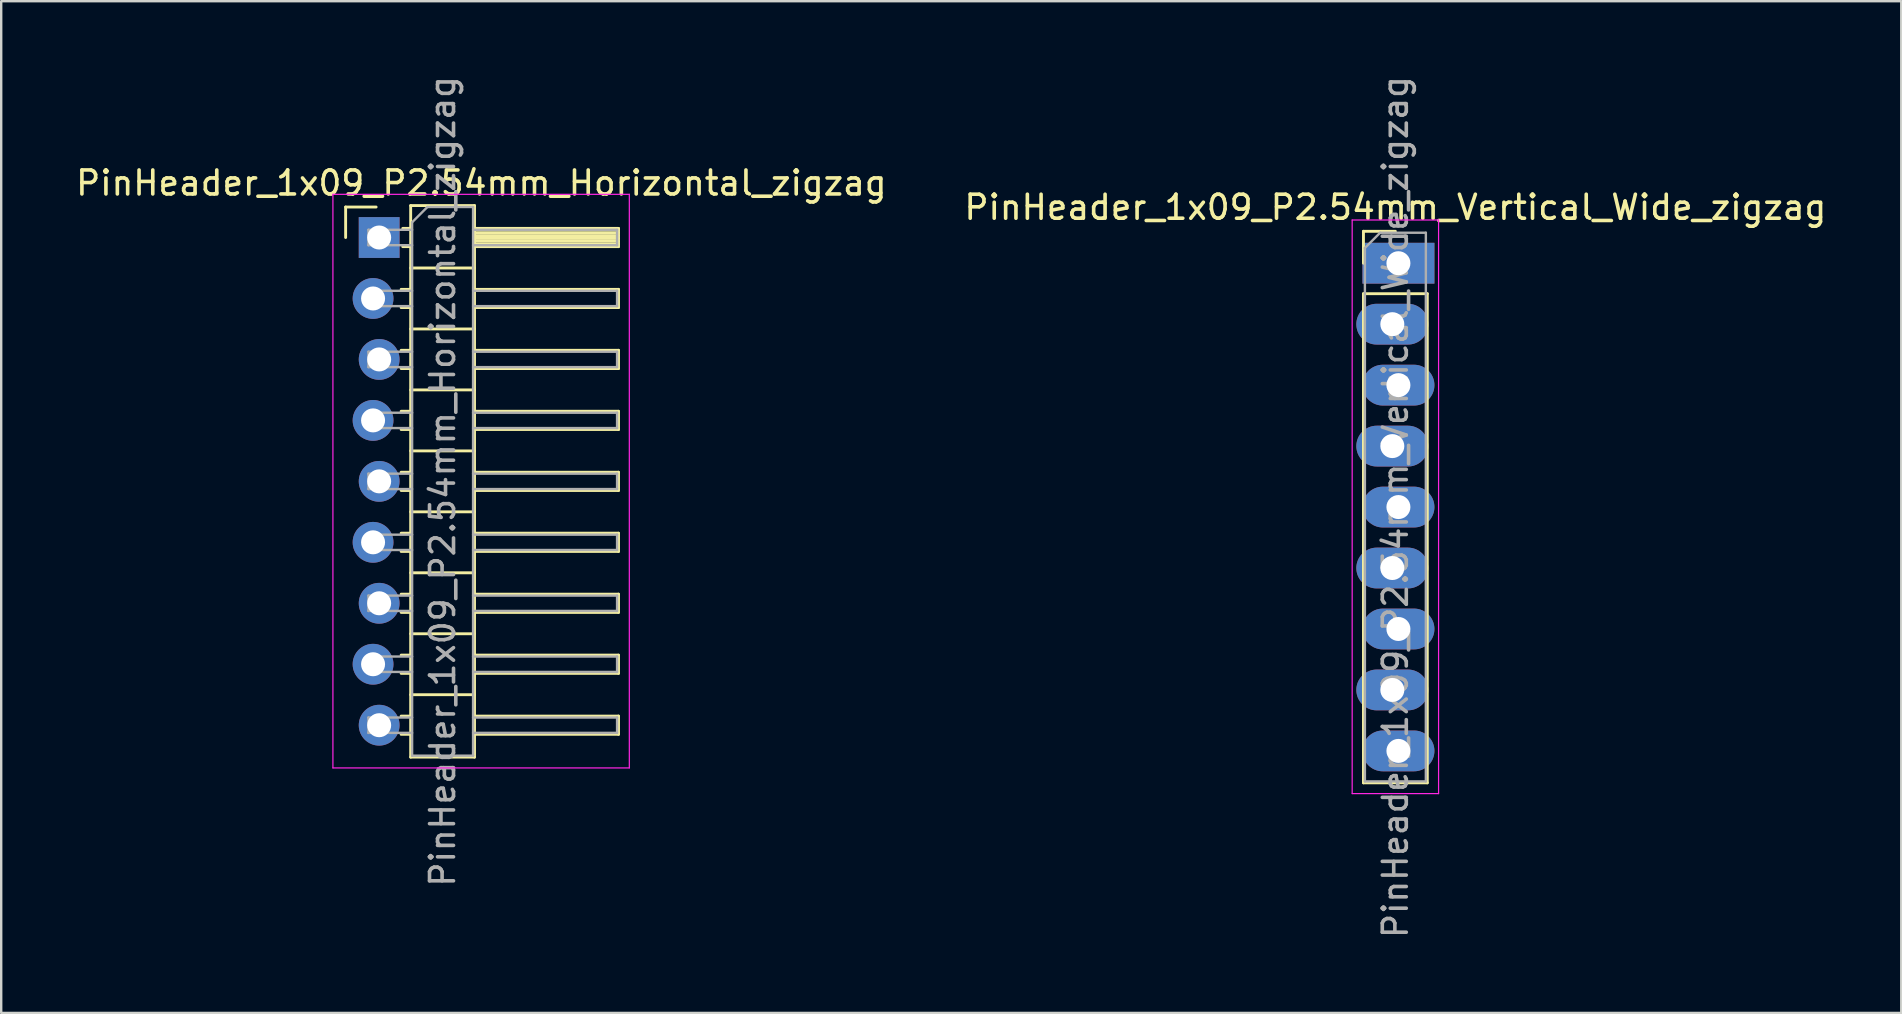
<source format=kicad_pcb>
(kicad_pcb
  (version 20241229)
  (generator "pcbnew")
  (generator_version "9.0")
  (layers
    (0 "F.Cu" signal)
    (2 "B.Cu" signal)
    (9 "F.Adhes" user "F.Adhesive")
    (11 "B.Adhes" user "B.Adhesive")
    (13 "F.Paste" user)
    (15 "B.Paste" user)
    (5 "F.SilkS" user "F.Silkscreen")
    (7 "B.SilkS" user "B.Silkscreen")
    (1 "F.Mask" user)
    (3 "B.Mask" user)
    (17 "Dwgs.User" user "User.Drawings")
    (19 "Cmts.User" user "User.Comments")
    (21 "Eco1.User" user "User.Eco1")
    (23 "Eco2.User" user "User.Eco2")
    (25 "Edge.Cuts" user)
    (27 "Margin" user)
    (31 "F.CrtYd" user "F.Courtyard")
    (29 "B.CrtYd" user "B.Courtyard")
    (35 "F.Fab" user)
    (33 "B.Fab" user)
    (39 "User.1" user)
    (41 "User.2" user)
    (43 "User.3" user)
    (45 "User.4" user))
  (footprint "PinHeader_1x09_P2.54mm_Vertical_Wide_zigzag"
    (layer "F.Cu")
    (at 55.089 7.917)
    (property "Reference" "PinHeader_1x09_P2.54mm_Vertical_Wide_zigzag" (at 0 -2.33 0) (layer "F.SilkS") (effects (font (size 1 1) (thickness 0.15))))
    (attr through_hole)
    (fp_line (start -1.33 -1.33) (end 0 -1.33) (stroke (width 0.12) (type solid)) (layer "F.SilkS"))
    (fp_line (start -1.33 0) (end -1.33 -1.33) (stroke (width 0.12) (type solid)) (layer "F.SilkS"))
    (fp_line (start -1.33 1.27) (end -1.33 21.65) (stroke (width 0.12) (type solid)) (layer "F.SilkS"))
    (fp_line (start -1.33 1.27) (end 1.33 1.27) (stroke (width 0.12) (type solid)) (layer "F.SilkS"))
    (fp_line (start -1.33 21.65) (end 1.33 21.65) (stroke (width 0.12) (type solid)) (layer "F.SilkS"))
    (fp_line (start 1.33 1.27) (end 1.33 21.65) (stroke (width 0.12) (type solid)) (layer "F.SilkS"))
    (fp_line (start -1.8 -1.8) (end -1.8 22.1) (stroke (width 0.05) (type solid)) (layer "F.CrtYd"))
    (fp_line (start -1.8 22.1) (end 1.8 22.1) (stroke (width 0.05) (type solid)) (layer "F.CrtYd"))
    (fp_line (start 1.8 -1.8) (end -1.8 -1.8) (stroke (width 0.05) (type solid)) (layer "F.CrtYd"))
    (fp_line (start 1.8 22.1) (end 1.8 -1.8) (stroke (width 0.05) (type solid)) (layer "F.CrtYd"))
    (fp_line (start -1.27 -0.635) (end -0.635 -1.27) (stroke (width 0.1) (type solid)) (layer "F.Fab"))
    (fp_line (start -1.27 21.59) (end -1.27 -0.635) (stroke (width 0.1) (type solid)) (layer "F.Fab"))
    (fp_line (start -0.635 -1.27) (end 1.27 -1.27) (stroke (width 0.1) (type solid)) (layer "F.Fab"))
    (fp_line (start 1.27 -1.27) (end 1.27 21.59) (stroke (width 0.1) (type solid)) (layer "F.Fab"))
    (fp_line (start 1.27 21.59) (end -1.27 21.59) (stroke (width 0.1) (type solid)) (layer "F.Fab"))
    (fp_text user "${REFERENCE}" (at 0 10.16 90) (layer "F.Fab") (effects (font (size 1 1) (thickness 0.15))))
    (pad "1" thru_hole rect (at 0.127 0) (size 3 1.7) (drill 1) (layers "*.Cu" "*.Mask"))
    (pad "2" thru_hole oval (at -0.127 2.54) (size 3 1.7) (drill 1) (layers "*.Cu" "*.Mask"))
    (pad "3" thru_hole oval (at 0.127 5.08) (size 3 1.7) (drill 1) (layers "*.Cu" "*.Mask"))
    (pad "4" thru_hole oval (at -0.127 7.62) (size 3 1.7) (drill 1) (layers "*.Cu" "*.Mask"))
    (pad "5" thru_hole oval (at 0.127 10.16) (size 3 1.7) (drill 1) (layers "*.Cu" "*.Mask"))
    (pad "6" thru_hole oval (at -0.127 12.7) (size 3 1.7) (drill 1) (layers "*.Cu" "*.Mask"))
    (pad "7" thru_hole oval (at 0.127 15.24) (size 3 1.7) (drill 1) (layers "*.Cu" "*.Mask"))
    (pad "8" thru_hole oval (at -0.127 17.78) (size 3 1.7) (drill 1) (layers "*.Cu" "*.Mask"))
    (pad "9" thru_hole oval (at 0.127 20.32) (size 3 1.7) (drill 1) (layers "*.Cu" "*.Mask")))
  (footprint "PinHeader_1x09_P2.54mm_Horizontal_zigzag"
    (layer "F.Cu")
    (at 12.621 6.846)
    (property "Reference" "PinHeader_1x09_P2.54mm_Horizontal_zigzag" (at 4.385 -2.27 0) (layer "F.SilkS") (effects (font (size 1 1) (thickness 0.15))))
    (attr through_hole)
    (fp_line (start -1.27 -1.27) (end 0 -1.27) (stroke (width 0.12) (type solid)) (layer "F.SilkS"))
    (fp_line (start -1.27 0) (end -1.27 -1.27) (stroke (width 0.12) (type solid)) (layer "F.SilkS"))
    (fp_line (start 1.043 2.16) (end 1.44 2.16) (stroke (width 0.12) (type solid)) (layer "F.SilkS"))
    (fp_line (start 1.043 2.92) (end 1.44 2.92) (stroke (width 0.12) (type solid)) (layer "F.SilkS"))
    (fp_line (start 1.043 4.7) (end 1.44 4.7) (stroke (width 0.12) (type solid)) (layer "F.SilkS"))
    (fp_line (start 1.043 5.46) (end 1.44 5.46) (stroke (width 0.12) (type solid)) (layer "F.SilkS"))
    (fp_line (start 1.043 7.24) (end 1.44 7.24) (stroke (width 0.12) (type solid)) (layer "F.SilkS"))
    (fp_line (start 1.043 8) (end 1.44 8) (stroke (width 0.12) (type solid)) (layer "F.SilkS"))
    (fp_line (start 1.043 9.78) (end 1.44 9.78) (stroke (width 0.12) (type solid)) (layer "F.SilkS"))
    (fp_line (start 1.043 10.54) (end 1.44 10.54) (stroke (width 0.12) (type solid)) (layer "F.SilkS"))
    (fp_line (start 1.043 12.32) (end 1.44 12.32) (stroke (width 0.12) (type solid)) (layer "F.SilkS"))
    (fp_line (start 1.043 13.08) (end 1.44 13.08) (stroke (width 0.12) (type solid)) (layer "F.SilkS"))
    (fp_line (start 1.043 14.86) (end 1.44 14.86) (stroke (width 0.12) (type solid)) (layer "F.SilkS"))
    (fp_line (start 1.043 15.62) (end 1.44 15.62) (stroke (width 0.12) (type solid)) (layer "F.SilkS"))
    (fp_line (start 1.043 17.4) (end 1.44 17.4) (stroke (width 0.12) (type solid)) (layer "F.SilkS"))
    (fp_line (start 1.043 18.16) (end 1.44 18.16) (stroke (width 0.12) (type solid)) (layer "F.SilkS"))
    (fp_line (start 1.043 19.94) (end 1.44 19.94) (stroke (width 0.12) (type solid)) (layer "F.SilkS"))
    (fp_line (start 1.043 20.7) (end 1.44 20.7) (stroke (width 0.12) (type solid)) (layer "F.SilkS"))
    (fp_line (start 1.11 -0.38) (end 1.44 -0.38) (stroke (width 0.12) (type solid)) (layer "F.SilkS"))
    (fp_line (start 1.11 0.38) (end 1.44 0.38) (stroke (width 0.12) (type solid)) (layer "F.SilkS"))
    (fp_line (start 1.44 -1.33) (end 1.44 21.65) (stroke (width 0.12) (type solid)) (layer "F.SilkS"))
    (fp_line (start 1.44 1.27) (end 4.1 1.27) (stroke (width 0.12) (type solid)) (layer "F.SilkS"))
    (fp_line (start 1.44 3.81) (end 4.1 3.81) (stroke (width 0.12) (type solid)) (layer "F.SilkS"))
    (fp_line (start 1.44 6.35) (end 4.1 6.35) (stroke (width 0.12) (type solid)) (layer "F.SilkS"))
    (fp_line (start 1.44 8.89) (end 4.1 8.89) (stroke (width 0.12) (type solid)) (layer "F.SilkS"))
    (fp_line (start 1.44 11.43) (end 4.1 11.43) (stroke (width 0.12) (type solid)) (layer "F.SilkS"))
    (fp_line (start 1.44 13.97) (end 4.1 13.97) (stroke (width 0.12) (type solid)) (layer "F.SilkS"))
    (fp_line (start 1.44 16.51) (end 4.1 16.51) (stroke (width 0.12) (type solid)) (layer "F.SilkS"))
    (fp_line (start 1.44 19.05) (end 4.1 19.05) (stroke (width 0.12) (type solid)) (layer "F.SilkS"))
    (fp_line (start 1.44 21.65) (end 4.1 21.65) (stroke (width 0.12) (type solid)) (layer "F.SilkS"))
    (fp_line (start 4.1 -1.33) (end 1.44 -1.33) (stroke (width 0.12) (type solid)) (layer "F.SilkS"))
    (fp_line (start 4.1 -0.38) (end 10.1 -0.38) (stroke (width 0.12) (type solid)) (layer "F.SilkS"))
    (fp_line (start 4.1 -0.32) (end 10.1 -0.32) (stroke (width 0.12) (type solid)) (layer "F.SilkS"))
    (fp_line (start 4.1 -0.2) (end 10.1 -0.2) (stroke (width 0.12) (type solid)) (layer "F.SilkS"))
    (fp_line (start 4.1 -0.08) (end 10.1 -0.08) (stroke (width 0.12) (type solid)) (layer "F.SilkS"))
    (fp_line (start 4.1 0.04) (end 10.1 0.04) (stroke (width 0.12) (type solid)) (layer "F.SilkS"))
    (fp_line (start 4.1 0.16) (end 10.1 0.16) (stroke (width 0.12) (type solid)) (layer "F.SilkS"))
    (fp_line (start 4.1 0.28) (end 10.1 0.28) (stroke (width 0.12) (type solid)) (layer "F.SilkS"))
    (fp_line (start 4.1 2.16) (end 10.1 2.16) (stroke (width 0.12) (type solid)) (layer "F.SilkS"))
    (fp_line (start 4.1 4.7) (end 10.1 4.7) (stroke (width 0.12) (type solid)) (layer "F.SilkS"))
    (fp_line (start 4.1 7.24) (end 10.1 7.24) (stroke (width 0.12) (type solid)) (layer "F.SilkS"))
    (fp_line (start 4.1 9.78) (end 10.1 9.78) (stroke (width 0.12) (type solid)) (layer "F.SilkS"))
    (fp_line (start 4.1 12.32) (end 10.1 12.32) (stroke (width 0.12) (type solid)) (layer "F.SilkS"))
    (fp_line (start 4.1 14.86) (end 10.1 14.86) (stroke (width 0.12) (type solid)) (layer "F.SilkS"))
    (fp_line (start 4.1 17.4) (end 10.1 17.4) (stroke (width 0.12) (type solid)) (layer "F.SilkS"))
    (fp_line (start 4.1 19.94) (end 10.1 19.94) (stroke (width 0.12) (type solid)) (layer "F.SilkS"))
    (fp_line (start 4.1 21.65) (end 4.1 -1.33) (stroke (width 0.12) (type solid)) (layer "F.SilkS"))
    (fp_line (start 10.1 -0.38) (end 10.1 0.38) (stroke (width 0.12) (type solid)) (layer "F.SilkS"))
    (fp_line (start 10.1 0.38) (end 4.1 0.38) (stroke (width 0.12) (type solid)) (layer "F.SilkS"))
    (fp_line (start 10.1 2.16) (end 10.1 2.92) (stroke (width 0.12) (type solid)) (layer "F.SilkS"))
    (fp_line (start 10.1 2.92) (end 4.1 2.92) (stroke (width 0.12) (type solid)) (layer "F.SilkS"))
    (fp_line (start 10.1 4.7) (end 10.1 5.46) (stroke (width 0.12) (type solid)) (layer "F.SilkS"))
    (fp_line (start 10.1 5.46) (end 4.1 5.46) (stroke (width 0.12) (type solid)) (layer "F.SilkS"))
    (fp_line (start 10.1 7.24) (end 10.1 8) (stroke (width 0.12) (type solid)) (layer "F.SilkS"))
    (fp_line (start 10.1 8) (end 4.1 8) (stroke (width 0.12) (type solid)) (layer "F.SilkS"))
    (fp_line (start 10.1 9.78) (end 10.1 10.54) (stroke (width 0.12) (type solid)) (layer "F.SilkS"))
    (fp_line (start 10.1 10.54) (end 4.1 10.54) (stroke (width 0.12) (type solid)) (layer "F.SilkS"))
    (fp_line (start 10.1 12.32) (end 10.1 13.08) (stroke (width 0.12) (type solid)) (layer "F.SilkS"))
    (fp_line (start 10.1 13.08) (end 4.1 13.08) (stroke (width 0.12) (type solid)) (layer "F.SilkS"))
    (fp_line (start 10.1 14.86) (end 10.1 15.62) (stroke (width 0.12) (type solid)) (layer "F.SilkS"))
    (fp_line (start 10.1 15.62) (end 4.1 15.62) (stroke (width 0.12) (type solid)) (layer "F.SilkS"))
    (fp_line (start 10.1 17.4) (end 10.1 18.16) (stroke (width 0.12) (type solid)) (layer "F.SilkS"))
    (fp_line (start 10.1 18.16) (end 4.1 18.16) (stroke (width 0.12) (type solid)) (layer "F.SilkS"))
    (fp_line (start 10.1 19.94) (end 10.1 20.7) (stroke (width 0.12) (type solid)) (layer "F.SilkS"))
    (fp_line (start 10.1 20.7) (end 4.1 20.7) (stroke (width 0.12) (type solid)) (layer "F.SilkS"))
    (fp_line (start -1.8 -1.8) (end -1.8 22.1) (stroke (width 0.05) (type solid)) (layer "F.CrtYd"))
    (fp_line (start -1.8 22.1) (end 10.55 22.1) (stroke (width 0.05) (type solid)) (layer "F.CrtYd"))
    (fp_line (start 10.55 -1.8) (end -1.8 -1.8) (stroke (width 0.05) (type solid)) (layer "F.CrtYd"))
    (fp_line (start 10.55 22.1) (end 10.55 -1.8) (stroke (width 0.05) (type solid)) (layer "F.CrtYd"))
    (fp_line (start -0.32 -0.32) (end -0.32 0.32) (stroke (width 0.1) (type solid)) (layer "F.Fab"))
    (fp_line (start -0.32 -0.32) (end 1.5 -0.32) (stroke (width 0.1) (type solid)) (layer "F.Fab"))
    (fp_line (start -0.32 0.32) (end 1.5 0.32) (stroke (width 0.1) (type solid)) (layer "F.Fab"))
    (fp_line (start -0.32 2.22) (end -0.32 2.86) (stroke (width 0.1) (type solid)) (layer "F.Fab"))
    (fp_line (start -0.32 2.22) (end 1.5 2.22) (stroke (width 0.1) (type solid)) (layer "F.Fab"))
    (fp_line (start -0.32 2.86) (end 1.5 2.86) (stroke (width 0.1) (type solid)) (layer "F.Fab"))
    (fp_line (start -0.32 4.76) (end -0.32 5.4) (stroke (width 0.1) (type solid)) (layer "F.Fab"))
    (fp_line (start -0.32 4.76) (end 1.5 4.76) (stroke (width 0.1) (type solid)) (layer "F.Fab"))
    (fp_line (start -0.32 5.4) (end 1.5 5.4) (stroke (width 0.1) (type solid)) (layer "F.Fab"))
    (fp_line (start -0.32 7.3) (end -0.32 7.94) (stroke (width 0.1) (type solid)) (layer "F.Fab"))
    (fp_line (start -0.32 7.3) (end 1.5 7.3) (stroke (width 0.1) (type solid)) (layer "F.Fab"))
    (fp_line (start -0.32 7.94) (end 1.5 7.94) (stroke (width 0.1) (type solid)) (layer "F.Fab"))
    (fp_line (start -0.32 9.84) (end -0.32 10.48) (stroke (width 0.1) (type solid)) (layer "F.Fab"))
    (fp_line (start -0.32 9.84) (end 1.5 9.84) (stroke (width 0.1) (type solid)) (layer "F.Fab"))
    (fp_line (start -0.32 10.48) (end 1.5 10.48) (stroke (width 0.1) (type solid)) (layer "F.Fab"))
    (fp_line (start -0.32 12.38) (end -0.32 13.02) (stroke (width 0.1) (type solid)) (layer "F.Fab"))
    (fp_line (start -0.32 12.38) (end 1.5 12.38) (stroke (width 0.1) (type solid)) (layer "F.Fab"))
    (fp_line (start -0.32 13.02) (end 1.5 13.02) (stroke (width 0.1) (type solid)) (layer "F.Fab"))
    (fp_line (start -0.32 14.92) (end -0.32 15.56) (stroke (width 0.1) (type solid)) (layer "F.Fab"))
    (fp_line (start -0.32 14.92) (end 1.5 14.92) (stroke (width 0.1) (type solid)) (layer "F.Fab"))
    (fp_line (start -0.32 15.56) (end 1.5 15.56) (stroke (width 0.1) (type solid)) (layer "F.Fab"))
    (fp_line (start -0.32 17.46) (end -0.32 18.1) (stroke (width 0.1) (type solid)) (layer "F.Fab"))
    (fp_line (start -0.32 17.46) (end 1.5 17.46) (stroke (width 0.1) (type solid)) (layer "F.Fab"))
    (fp_line (start -0.32 18.1) (end 1.5 18.1) (stroke (width 0.1) (type solid)) (layer "F.Fab"))
    (fp_line (start -0.32 20) (end -0.32 20.64) (stroke (width 0.1) (type solid)) (layer "F.Fab"))
    (fp_line (start -0.32 20) (end 1.5 20) (stroke (width 0.1) (type solid)) (layer "F.Fab"))
    (fp_line (start -0.32 20.64) (end 1.5 20.64) (stroke (width 0.1) (type solid)) (layer "F.Fab"))
    (fp_line (start 1.5 -0.635) (end 2.135 -1.27) (stroke (width 0.1) (type solid)) (layer "F.Fab"))
    (fp_line (start 1.5 21.59) (end 1.5 -0.635) (stroke (width 0.1) (type solid)) (layer "F.Fab"))
    (fp_line (start 2.135 -1.27) (end 4.04 -1.27) (stroke (width 0.1) (type solid)) (layer "F.Fab"))
    (fp_line (start 4.04 -1.27) (end 4.04 21.59) (stroke (width 0.1) (type solid)) (layer "F.Fab"))
    (fp_line (start 4.04 -0.32) (end 10.04 -0.32) (stroke (width 0.1) (type solid)) (layer "F.Fab"))
    (fp_line (start 4.04 0.32) (end 10.04 0.32) (stroke (width 0.1) (type solid)) (layer "F.Fab"))
    (fp_line (start 4.04 2.22) (end 10.04 2.22) (stroke (width 0.1) (type solid)) (layer "F.Fab"))
    (fp_line (start 4.04 2.86) (end 10.04 2.86) (stroke (width 0.1) (type solid)) (layer "F.Fab"))
    (fp_line (start 4.04 4.76) (end 10.04 4.76) (stroke (width 0.1) (type solid)) (layer "F.Fab"))
    (fp_line (start 4.04 5.4) (end 10.04 5.4) (stroke (width 0.1) (type solid)) (layer "F.Fab"))
    (fp_line (start 4.04 7.3) (end 10.04 7.3) (stroke (width 0.1) (type solid)) (layer "F.Fab"))
    (fp_line (start 4.04 7.94) (end 10.04 7.94) (stroke (width 0.1) (type solid)) (layer "F.Fab"))
    (fp_line (start 4.04 9.84) (end 10.04 9.84) (stroke (width 0.1) (type solid)) (layer "F.Fab"))
    (fp_line (start 4.04 10.48) (end 10.04 10.48) (stroke (width 0.1) (type solid)) (layer "F.Fab"))
    (fp_line (start 4.04 12.38) (end 10.04 12.38) (stroke (width 0.1) (type solid)) (layer "F.Fab"))
    (fp_line (start 4.04 13.02) (end 10.04 13.02) (stroke (width 0.1) (type solid)) (layer "F.Fab"))
    (fp_line (start 4.04 14.92) (end 10.04 14.92) (stroke (width 0.1) (type solid)) (layer "F.Fab"))
    (fp_line (start 4.04 15.56) (end 10.04 15.56) (stroke (width 0.1) (type solid)) (layer "F.Fab"))
    (fp_line (start 4.04 17.46) (end 10.04 17.46) (stroke (width 0.1) (type solid)) (layer "F.Fab"))
    (fp_line (start 4.04 18.1) (end 10.04 18.1) (stroke (width 0.1) (type solid)) (layer "F.Fab"))
    (fp_line (start 4.04 20) (end 10.04 20) (stroke (width 0.1) (type solid)) (layer "F.Fab"))
    (fp_line (start 4.04 20.64) (end 10.04 20.64) (stroke (width 0.1) (type solid)) (layer "F.Fab"))
    (fp_line (start 4.04 21.59) (end 1.5 21.59) (stroke (width 0.1) (type solid)) (layer "F.Fab"))
    (fp_line (start 10.04 -0.32) (end 10.04 0.32) (stroke (width 0.1) (type solid)) (layer "F.Fab"))
    (fp_line (start 10.04 2.22) (end 10.04 2.86) (stroke (width 0.1) (type solid)) (layer "F.Fab"))
    (fp_line (start 10.04 4.76) (end 10.04 5.4) (stroke (width 0.1) (type solid)) (layer "F.Fab"))
    (fp_line (start 10.04 7.3) (end 10.04 7.94) (stroke (width 0.1) (type solid)) (layer "F.Fab"))
    (fp_line (start 10.04 9.84) (end 10.04 10.48) (stroke (width 0.1) (type solid)) (layer "F.Fab"))
    (fp_line (start 10.04 12.38) (end 10.04 13.02) (stroke (width 0.1) (type solid)) (layer "F.Fab"))
    (fp_line (start 10.04 14.92) (end 10.04 15.56) (stroke (width 0.1) (type solid)) (layer "F.Fab"))
    (fp_line (start 10.04 17.46) (end 10.04 18.1) (stroke (width 0.1) (type solid)) (layer "F.Fab"))
    (fp_line (start 10.04 20) (end 10.04 20.64) (stroke (width 0.1) (type solid)) (layer "F.Fab"))
    (fp_text user "${REFERENCE}" (at 2.77 10.16 90) (layer "F.Fab") (effects (font (size 1 1) (thickness 0.15))))
    (pad "1" thru_hole rect (at 0.127 0) (size 1.7 1.7) (drill 1) (layers "*.Cu" "*.Mask"))
    (pad "2" thru_hole oval (at -0.127 2.54) (size 1.7 1.7) (drill 1) (layers "*.Cu" "*.Mask"))
    (pad "3" thru_hole oval (at 0.127 5.08) (size 1.7 1.7) (drill 1) (layers "*.Cu" "*.Mask"))
    (pad "4" thru_hole oval (at -0.127 7.62) (size 1.7 1.7) (drill 1) (layers "*.Cu" "*.Mask"))
    (pad "5" thru_hole oval (at 0.127 10.16) (size 1.7 1.7) (drill 1) (layers "*.Cu" "*.Mask"))
    (pad "6" thru_hole oval (at -0.127 12.7) (size 1.7 1.7) (drill 1) (layers "*.Cu" "*.Mask"))
    (pad "7" thru_hole oval (at 0.127 15.24) (size 1.7 1.7) (drill 1) (layers "*.Cu" "*.Mask"))
    (pad "8" thru_hole oval (at -0.127 17.78) (size 1.7 1.7) (drill 1) (layers "*.Cu" "*.Mask"))
    (pad "9" thru_hole oval (at 0.127 20.32) (size 1.7 1.7) (drill 1) (layers "*.Cu" "*.Mask")))
  (gr_rect
    (start -3 -3)
    (end 76.167 39.155)
    (stroke (width 0.1) (type default))
    (fill no)
    (layer "Edge.Cuts")))
</source>
